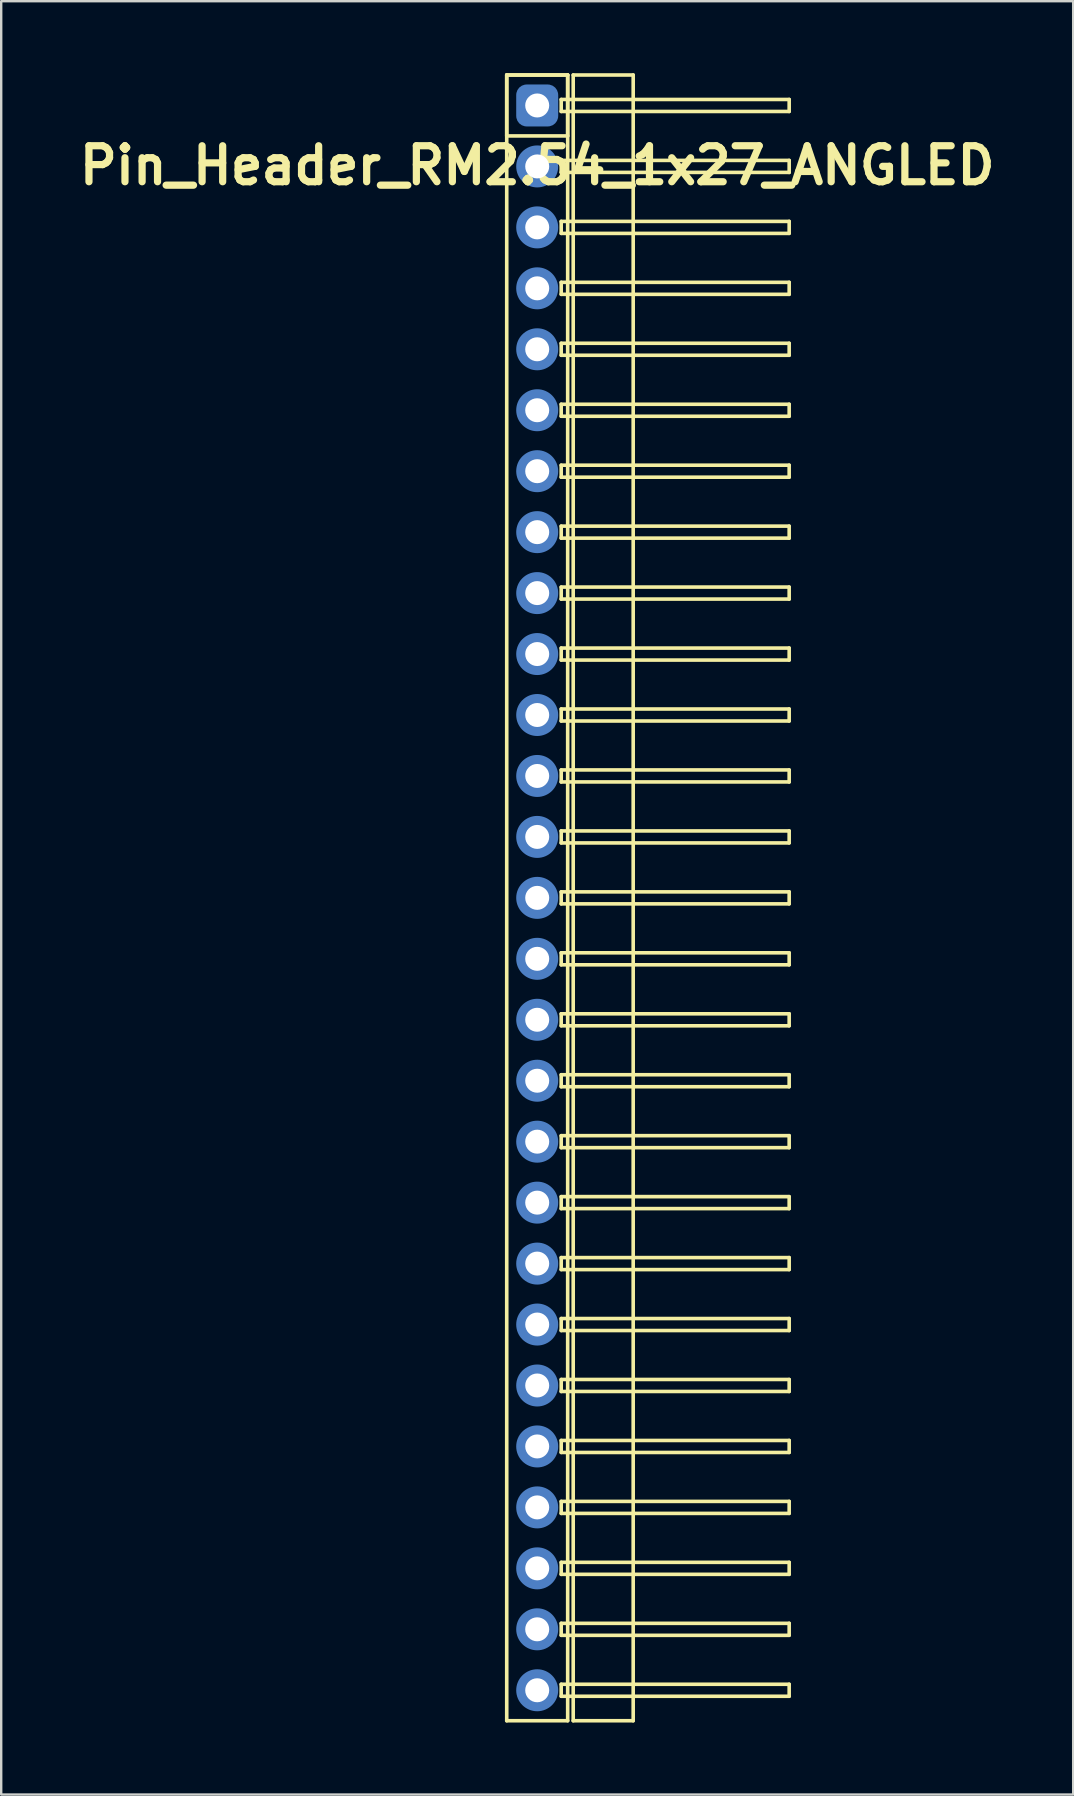
<source format=kicad_pcb>
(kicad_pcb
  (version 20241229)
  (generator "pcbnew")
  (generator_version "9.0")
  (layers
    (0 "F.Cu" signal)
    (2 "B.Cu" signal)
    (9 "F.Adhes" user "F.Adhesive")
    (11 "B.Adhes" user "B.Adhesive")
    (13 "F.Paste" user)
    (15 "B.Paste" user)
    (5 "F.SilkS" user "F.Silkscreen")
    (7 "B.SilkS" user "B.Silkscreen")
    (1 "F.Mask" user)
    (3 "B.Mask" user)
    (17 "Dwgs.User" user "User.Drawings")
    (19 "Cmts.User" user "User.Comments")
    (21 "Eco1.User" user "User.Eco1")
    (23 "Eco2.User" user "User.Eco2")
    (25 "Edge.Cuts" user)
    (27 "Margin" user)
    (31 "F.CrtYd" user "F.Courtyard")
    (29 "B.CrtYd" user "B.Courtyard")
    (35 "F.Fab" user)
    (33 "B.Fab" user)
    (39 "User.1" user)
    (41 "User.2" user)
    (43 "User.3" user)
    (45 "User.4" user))
  (footprint "Pin_Header_RM2.54_1x27_ANGLED"
    (layer "F.Cu")
    (at 19.336 1.345)
    (property "Reference" "Pin_Header_RM2.54_1x27_ANGLED" (at 0 2.5 0) (layer "F.SilkS") (effects (font (size 1.5 1.5) (thickness 0.3))))
    (attr through_hole)
    (fp_line (start -1.27 -1.27) (end 1.27 -1.27) (stroke (width 0.15) (type solid)) (layer "F.SilkS"))
    (fp_line (start -1.27 -1.27) (end 1.27 -1.27) (stroke (width 0.15) (type solid)) (layer "F.SilkS"))
    (fp_line (start -1.27 1.27) (end -1.27 -1.27) (stroke (width 0.15) (type solid)) (layer "F.SilkS"))
    (fp_line (start -1.27 67.31) (end -1.27 -1.27) (stroke (width 0.15) (type solid)) (layer "F.SilkS"))
    (fp_line (start 1 -0.25) (end 10.5 -0.25) (stroke (width 0.15) (type solid)) (layer "F.SilkS"))
    (fp_line (start 1 0.25) (end 1 -0.25) (stroke (width 0.15) (type solid)) (layer "F.SilkS"))
    (fp_line (start 1 2.29) (end 10.5 2.29) (stroke (width 0.15) (type solid)) (layer "F.SilkS"))
    (fp_line (start 1 2.79) (end 1 2.29) (stroke (width 0.15) (type solid)) (layer "F.SilkS"))
    (fp_line (start 1 4.83) (end 10.5 4.83) (stroke (width 0.15) (type solid)) (layer "F.SilkS"))
    (fp_line (start 1 5.33) (end 1 4.83) (stroke (width 0.15) (type solid)) (layer "F.SilkS"))
    (fp_line (start 1 7.37) (end 10.5 7.37) (stroke (width 0.15) (type solid)) (layer "F.SilkS"))
    (fp_line (start 1 7.87) (end 1 7.37) (stroke (width 0.15) (type solid)) (layer "F.SilkS"))
    (fp_line (start 1 9.91) (end 10.5 9.91) (stroke (width 0.15) (type solid)) (layer "F.SilkS"))
    (fp_line (start 1 10.41) (end 1 9.91) (stroke (width 0.15) (type solid)) (layer "F.SilkS"))
    (fp_line (start 1 12.45) (end 10.5 12.45) (stroke (width 0.15) (type solid)) (layer "F.SilkS"))
    (fp_line (start 1 12.95) (end 1 12.45) (stroke (width 0.15) (type solid)) (layer "F.SilkS"))
    (fp_line (start 1 14.99) (end 10.5 14.99) (stroke (width 0.15) (type solid)) (layer "F.SilkS"))
    (fp_line (start 1 15.49) (end 1 14.99) (stroke (width 0.15) (type solid)) (layer "F.SilkS"))
    (fp_line (start 1 17.53) (end 10.5 17.53) (stroke (width 0.15) (type solid)) (layer "F.SilkS"))
    (fp_line (start 1 18.03) (end 1 17.53) (stroke (width 0.15) (type solid)) (layer "F.SilkS"))
    (fp_line (start 1 20.07) (end 10.5 20.07) (stroke (width 0.15) (type solid)) (layer "F.SilkS"))
    (fp_line (start 1 20.57) (end 1 20.07) (stroke (width 0.15) (type solid)) (layer "F.SilkS"))
    (fp_line (start 1 22.61) (end 10.5 22.61) (stroke (width 0.15) (type solid)) (layer "F.SilkS"))
    (fp_line (start 1 23.11) (end 1 22.61) (stroke (width 0.15) (type solid)) (layer "F.SilkS"))
    (fp_line (start 1 25.15) (end 10.5 25.15) (stroke (width 0.15) (type solid)) (layer "F.SilkS"))
    (fp_line (start 1 25.65) (end 1 25.15) (stroke (width 0.15) (type solid)) (layer "F.SilkS"))
    (fp_line (start 1 27.69) (end 10.5 27.69) (stroke (width 0.15) (type solid)) (layer "F.SilkS"))
    (fp_line (start 1 28.19) (end 1 27.69) (stroke (width 0.15) (type solid)) (layer "F.SilkS"))
    (fp_line (start 1 30.23) (end 10.5 30.23) (stroke (width 0.15) (type solid)) (layer "F.SilkS"))
    (fp_line (start 1 30.73) (end 1 30.23) (stroke (width 0.15) (type solid)) (layer "F.SilkS"))
    (fp_line (start 1 32.77) (end 10.5 32.77) (stroke (width 0.15) (type solid)) (layer "F.SilkS"))
    (fp_line (start 1 33.27) (end 1 32.77) (stroke (width 0.15) (type solid)) (layer "F.SilkS"))
    (fp_line (start 1 35.31) (end 10.5 35.31) (stroke (width 0.15) (type solid)) (layer "F.SilkS"))
    (fp_line (start 1 35.81) (end 1 35.31) (stroke (width 0.15) (type solid)) (layer "F.SilkS"))
    (fp_line (start 1 37.85) (end 10.5 37.85) (stroke (width 0.15) (type solid)) (layer "F.SilkS"))
    (fp_line (start 1 38.35) (end 1 37.85) (stroke (width 0.15) (type solid)) (layer "F.SilkS"))
    (fp_line (start 1 40.39) (end 10.5 40.39) (stroke (width 0.15) (type solid)) (layer "F.SilkS"))
    (fp_line (start 1 40.89) (end 1 40.39) (stroke (width 0.15) (type solid)) (layer "F.SilkS"))
    (fp_line (start 1 42.93) (end 10.5 42.93) (stroke (width 0.15) (type solid)) (layer "F.SilkS"))
    (fp_line (start 1 43.43) (end 1 42.93) (stroke (width 0.15) (type solid)) (layer "F.SilkS"))
    (fp_line (start 1 45.47) (end 10.5 45.47) (stroke (width 0.15) (type solid)) (layer "F.SilkS"))
    (fp_line (start 1 45.97) (end 1 45.47) (stroke (width 0.15) (type solid)) (layer "F.SilkS"))
    (fp_line (start 1 48.01) (end 10.5 48.01) (stroke (width 0.15) (type solid)) (layer "F.SilkS"))
    (fp_line (start 1 48.51) (end 1 48.01) (stroke (width 0.15) (type solid)) (layer "F.SilkS"))
    (fp_line (start 1 50.55) (end 10.5 50.55) (stroke (width 0.15) (type solid)) (layer "F.SilkS"))
    (fp_line (start 1 51.05) (end 1 50.55) (stroke (width 0.15) (type solid)) (layer "F.SilkS"))
    (fp_line (start 1 53.09) (end 10.5 53.09) (stroke (width 0.15) (type solid)) (layer "F.SilkS"))
    (fp_line (start 1 53.59) (end 1 53.09) (stroke (width 0.15) (type solid)) (layer "F.SilkS"))
    (fp_line (start 1 55.63) (end 10.5 55.63) (stroke (width 0.15) (type solid)) (layer "F.SilkS"))
    (fp_line (start 1 56.13) (end 1 55.63) (stroke (width 0.15) (type solid)) (layer "F.SilkS"))
    (fp_line (start 1 58.17) (end 10.5 58.17) (stroke (width 0.15) (type solid)) (layer "F.SilkS"))
    (fp_line (start 1 58.67) (end 1 58.17) (stroke (width 0.15) (type solid)) (layer "F.SilkS"))
    (fp_line (start 1 60.71) (end 10.5 60.71) (stroke (width 0.15) (type solid)) (layer "F.SilkS"))
    (fp_line (start 1 61.21) (end 1 60.71) (stroke (width 0.15) (type solid)) (layer "F.SilkS"))
    (fp_line (start 1 63.25) (end 10.5 63.25) (stroke (width 0.15) (type solid)) (layer "F.SilkS"))
    (fp_line (start 1 63.75) (end 1 63.25) (stroke (width 0.15) (type solid)) (layer "F.SilkS"))
    (fp_line (start 1 65.79) (end 10.5 65.79) (stroke (width 0.15) (type solid)) (layer "F.SilkS"))
    (fp_line (start 1 66.29) (end 1 65.79) (stroke (width 0.15) (type solid)) (layer "F.SilkS"))
    (fp_line (start 1.27 -1.27) (end 1.27 1.27) (stroke (width 0.15) (type solid)) (layer "F.SilkS"))
    (fp_line (start 1.27 -1.27) (end 1.27 67.31) (stroke (width 0.15) (type solid)) (layer "F.SilkS"))
    (fp_line (start 1.27 1.27) (end -1.27 1.27) (stroke (width 0.15) (type solid)) (layer "F.SilkS"))
    (fp_line (start 1.27 67.31) (end -1.27 67.31) (stroke (width 0.15) (type solid)) (layer "F.SilkS"))
    (fp_line (start 1.5 -1.27) (end 4 -1.27) (stroke (width 0.15) (type solid)) (layer "F.SilkS"))
    (fp_line (start 1.5 67.31) (end 1.5 -1.27) (stroke (width 0.15) (type solid)) (layer "F.SilkS"))
    (fp_line (start 4 -1.27) (end 4 67.31) (stroke (width 0.15) (type solid)) (layer "F.SilkS"))
    (fp_line (start 4 67.31) (end 1.5 67.31) (stroke (width 0.15) (type solid)) (layer "F.SilkS"))
    (fp_line (start 10.5 -0.25) (end 10.5 0.25) (stroke (width 0.15) (type solid)) (layer "F.SilkS"))
    (fp_line (start 10.5 0.25) (end 1 0.25) (stroke (width 0.15) (type solid)) (layer "F.SilkS"))
    (fp_line (start 10.5 2.29) (end 10.5 2.79) (stroke (width 0.15) (type solid)) (layer "F.SilkS"))
    (fp_line (start 10.5 2.79) (end 1 2.79) (stroke (width 0.15) (type solid)) (layer "F.SilkS"))
    (fp_line (start 10.5 4.83) (end 10.5 5.33) (stroke (width 0.15) (type solid)) (layer "F.SilkS"))
    (fp_line (start 10.5 5.33) (end 1 5.33) (stroke (width 0.15) (type solid)) (layer "F.SilkS"))
    (fp_line (start 10.5 7.37) (end 10.5 7.87) (stroke (width 0.15) (type solid)) (layer "F.SilkS"))
    (fp_line (start 10.5 7.87) (end 1 7.87) (stroke (width 0.15) (type solid)) (layer "F.SilkS"))
    (fp_line (start 10.5 9.91) (end 10.5 10.41) (stroke (width 0.15) (type solid)) (layer "F.SilkS"))
    (fp_line (start 10.5 10.41) (end 1 10.41) (stroke (width 0.15) (type solid)) (layer "F.SilkS"))
    (fp_line (start 10.5 12.45) (end 10.5 12.95) (stroke (width 0.15) (type solid)) (layer "F.SilkS"))
    (fp_line (start 10.5 12.95) (end 1 12.95) (stroke (width 0.15) (type solid)) (layer "F.SilkS"))
    (fp_line (start 10.5 14.99) (end 10.5 15.49) (stroke (width 0.15) (type solid)) (layer "F.SilkS"))
    (fp_line (start 10.5 15.49) (end 1 15.49) (stroke (width 0.15) (type solid)) (layer "F.SilkS"))
    (fp_line (start 10.5 17.53) (end 10.5 18.03) (stroke (width 0.15) (type solid)) (layer "F.SilkS"))
    (fp_line (start 10.5 18.03) (end 1 18.03) (stroke (width 0.15) (type solid)) (layer "F.SilkS"))
    (fp_line (start 10.5 20.07) (end 10.5 20.57) (stroke (width 0.15) (type solid)) (layer "F.SilkS"))
    (fp_line (start 10.5 20.57) (end 1 20.57) (stroke (width 0.15) (type solid)) (layer "F.SilkS"))
    (fp_line (start 10.5 22.61) (end 10.5 23.11) (stroke (width 0.15) (type solid)) (layer "F.SilkS"))
    (fp_line (start 10.5 23.11) (end 1 23.11) (stroke (width 0.15) (type solid)) (layer "F.SilkS"))
    (fp_line (start 10.5 25.15) (end 10.5 25.65) (stroke (width 0.15) (type solid)) (layer "F.SilkS"))
    (fp_line (start 10.5 25.65) (end 1 25.65) (stroke (width 0.15) (type solid)) (layer "F.SilkS"))
    (fp_line (start 10.5 27.69) (end 10.5 28.19) (stroke (width 0.15) (type solid)) (layer "F.SilkS"))
    (fp_line (start 10.5 28.19) (end 1 28.19) (stroke (width 0.15) (type solid)) (layer "F.SilkS"))
    (fp_line (start 10.5 30.23) (end 10.5 30.73) (stroke (width 0.15) (type solid)) (layer "F.SilkS"))
    (fp_line (start 10.5 30.73) (end 1 30.73) (stroke (width 0.15) (type solid)) (layer "F.SilkS"))
    (fp_line (start 10.5 32.77) (end 10.5 33.27) (stroke (width 0.15) (type solid)) (layer "F.SilkS"))
    (fp_line (start 10.5 33.27) (end 1 33.27) (stroke (width 0.15) (type solid)) (layer "F.SilkS"))
    (fp_line (start 10.5 35.31) (end 10.5 35.81) (stroke (width 0.15) (type solid)) (layer "F.SilkS"))
    (fp_line (start 10.5 35.81) (end 1 35.81) (stroke (width 0.15) (type solid)) (layer "F.SilkS"))
    (fp_line (start 10.5 37.85) (end 10.5 38.35) (stroke (width 0.15) (type solid)) (layer "F.SilkS"))
    (fp_line (start 10.5 38.35) (end 1 38.35) (stroke (width 0.15) (type solid)) (layer "F.SilkS"))
    (fp_line (start 10.5 40.39) (end 10.5 40.89) (stroke (width 0.15) (type solid)) (layer "F.SilkS"))
    (fp_line (start 10.5 40.89) (end 1 40.89) (stroke (width 0.15) (type solid)) (layer "F.SilkS"))
    (fp_line (start 10.5 42.93) (end 10.5 43.43) (stroke (width 0.15) (type solid)) (layer "F.SilkS"))
    (fp_line (start 10.5 43.43) (end 1 43.43) (stroke (width 0.15) (type solid)) (layer "F.SilkS"))
    (fp_line (start 10.5 45.47) (end 10.5 45.97) (stroke (width 0.15) (type solid)) (layer "F.SilkS"))
    (fp_line (start 10.5 45.97) (end 1 45.97) (stroke (width 0.15) (type solid)) (layer "F.SilkS"))
    (fp_line (start 10.5 48.01) (end 10.5 48.51) (stroke (width 0.15) (type solid)) (layer "F.SilkS"))
    (fp_line (start 10.5 48.51) (end 1 48.51) (stroke (width 0.15) (type solid)) (layer "F.SilkS"))
    (fp_line (start 10.5 50.55) (end 10.5 51.05) (stroke (width 0.15) (type solid)) (layer "F.SilkS"))
    (fp_line (start 10.5 51.05) (end 1 51.05) (stroke (width 0.15) (type solid)) (layer "F.SilkS"))
    (fp_line (start 10.5 53.09) (end 10.5 53.59) (stroke (width 0.15) (type solid)) (layer "F.SilkS"))
    (fp_line (start 10.5 53.59) (end 1 53.59) (stroke (width 0.15) (type solid)) (layer "F.SilkS"))
    (fp_line (start 10.5 55.63) (end 10.5 56.13) (stroke (width 0.15) (type solid)) (layer "F.SilkS"))
    (fp_line (start 10.5 56.13) (end 1 56.13) (stroke (width 0.15) (type solid)) (layer "F.SilkS"))
    (fp_line (start 10.5 58.17) (end 10.5 58.67) (stroke (width 0.15) (type solid)) (layer "F.SilkS"))
    (fp_line (start 10.5 58.67) (end 1 58.67) (stroke (width 0.15) (type solid)) (layer "F.SilkS"))
    (fp_line (start 10.5 60.71) (end 10.5 61.21) (stroke (width 0.15) (type solid)) (layer "F.SilkS"))
    (fp_line (start 10.5 61.21) (end 1 61.21) (stroke (width 0.15) (type solid)) (layer "F.SilkS"))
    (fp_line (start 10.5 63.25) (end 10.5 63.75) (stroke (width 0.15) (type solid)) (layer "F.SilkS"))
    (fp_line (start 10.5 63.75) (end 1 63.75) (stroke (width 0.15) (type solid)) (layer "F.SilkS"))
    (fp_line (start 10.5 65.79) (end 10.5 66.29) (stroke (width 0.15) (type solid)) (layer "F.SilkS"))
    (fp_line (start 10.5 66.29) (end 1 66.29) (stroke (width 0.15) (type solid)) (layer "F.SilkS"))
    (pad "1" thru_hole circle (at 0 0) (size 1.3 1.3) (drill 1) (layers "*.Cu" "*.Mask"))
    (pad "1" smd roundrect (at 0 0) (size 1.5 1.5) (layers "F.Cu" "F.Mask") (roundrect_rratio 0.25))
    (pad "1" smd roundrect (at 0 0) (size 1.75 1.75) (layers "B.Cu" "B.Mask") (roundrect_rratio 0.25))
    (pad "2" thru_hole circle (at 0 2.54) (size 1.3 1.3) (drill 1) (layers "*.Cu" "*.Mask"))
    (pad "2" smd circle (at 0 2.54) (size 1.5 1.5) (layers "F.Cu" "F.Mask"))
    (pad "2" smd circle (at 0 2.54) (size 1.75 1.75) (layers "B.Cu" "B.Mask"))
    (pad "3" thru_hole circle (at 0 5.08) (size 1.3 1.3) (drill 1) (layers "*.Cu" "*.Mask"))
    (pad "3" smd circle (at 0 5.08) (size 1.5 1.5) (layers "F.Cu" "F.Mask"))
    (pad "3" smd circle (at 0 5.08) (size 1.75 1.75) (layers "B.Cu" "B.Mask"))
    (pad "4" thru_hole circle (at 0 7.62) (size 1.3 1.3) (drill 1) (layers "*.Cu" "*.Mask"))
    (pad "4" smd circle (at 0 7.62) (size 1.5 1.5) (layers "F.Cu" "F.Mask"))
    (pad "4" smd circle (at 0 7.62) (size 1.75 1.75) (layers "B.Cu" "B.Mask"))
    (pad "5" thru_hole circle (at 0 10.16) (size 1.3 1.3) (drill 1) (layers "*.Cu" "*.Mask"))
    (pad "5" smd circle (at 0 10.16) (size 1.5 1.5) (layers "F.Cu" "F.Mask"))
    (pad "5" smd circle (at 0 10.16) (size 1.75 1.75) (layers "B.Cu" "B.Mask"))
    (pad "6" thru_hole circle (at 0 12.7) (size 1.3 1.3) (drill 1) (layers "*.Cu" "*.Mask"))
    (pad "6" smd circle (at 0 12.7) (size 1.5 1.5) (layers "F.Cu" "F.Mask"))
    (pad "6" smd circle (at 0 12.7) (size 1.75 1.75) (layers "B.Cu" "B.Mask"))
    (pad "7" thru_hole circle (at 0 15.24) (size 1.3 1.3) (drill 1) (layers "*.Cu" "*.Mask"))
    (pad "7" smd circle (at 0 15.24) (size 1.5 1.5) (layers "F.Cu" "F.Mask"))
    (pad "7" smd circle (at 0 15.24) (size 1.75 1.75) (layers "B.Cu" "B.Mask"))
    (pad "8" thru_hole circle (at 0 17.78) (size 1.3 1.3) (drill 1) (layers "*.Cu" "*.Mask"))
    (pad "8" smd circle (at 0 17.78) (size 1.5 1.5) (layers "F.Cu" "F.Mask"))
    (pad "8" smd circle (at 0 17.78) (size 1.75 1.75) (layers "B.Cu" "B.Mask"))
    (pad "9" thru_hole circle (at 0 20.32) (size 1.3 1.3) (drill 1) (layers "*.Cu" "*.Mask"))
    (pad "9" smd circle (at 0 20.32) (size 1.5 1.5) (layers "F.Cu" "F.Mask"))
    (pad "9" smd circle (at 0 20.32) (size 1.75 1.75) (layers "B.Cu" "B.Mask"))
    (pad "10" thru_hole circle (at 0 22.86) (size 1.3 1.3) (drill 1) (layers "*.Cu" "*.Mask"))
    (pad "10" smd circle (at 0 22.86) (size 1.5 1.5) (layers "F.Cu" "F.Mask"))
    (pad "10" smd circle (at 0 22.86) (size 1.75 1.75) (layers "B.Cu" "B.Mask"))
    (pad "11" thru_hole circle (at 0 25.4) (size 1.3 1.3) (drill 1) (layers "*.Cu" "*.Mask"))
    (pad "11" smd circle (at 0 25.4) (size 1.5 1.5) (layers "F.Cu" "F.Mask"))
    (pad "11" smd circle (at 0 25.4) (size 1.75 1.75) (layers "B.Cu" "B.Mask"))
    (pad "12" thru_hole circle (at 0 27.94) (size 1.3 1.3) (drill 1) (layers "*.Cu" "*.Mask"))
    (pad "12" smd circle (at 0 27.94) (size 1.5 1.5) (layers "F.Cu" "F.Mask"))
    (pad "12" smd circle (at 0 27.94) (size 1.75 1.75) (layers "B.Cu" "B.Mask"))
    (pad "13" thru_hole circle (at 0 30.48) (size 1.3 1.3) (drill 1) (layers "*.Cu" "*.Mask"))
    (pad "13" smd circle (at 0 30.48) (size 1.5 1.5) (layers "F.Cu" "F.Mask"))
    (pad "13" smd circle (at 0 30.48) (size 1.75 1.75) (layers "B.Cu" "B.Mask"))
    (pad "14" thru_hole circle (at 0 33.02) (size 1.3 1.3) (drill 1) (layers "*.Cu" "*.Mask"))
    (pad "14" smd circle (at 0 33.02) (size 1.5 1.5) (layers "F.Cu" "F.Mask"))
    (pad "14" smd circle (at 0 33.02) (size 1.75 1.75) (layers "B.Cu" "B.Mask"))
    (pad "15" thru_hole circle (at 0 35.56) (size 1.3 1.3) (drill 1) (layers "*.Cu" "*.Mask"))
    (pad "15" smd circle (at 0 35.56) (size 1.5 1.5) (layers "F.Cu" "F.Mask"))
    (pad "15" smd circle (at 0 35.56) (size 1.75 1.75) (layers "B.Cu" "B.Mask"))
    (pad "16" thru_hole circle (at 0 38.1) (size 1.3 1.3) (drill 1) (layers "*.Cu" "*.Mask"))
    (pad "16" smd circle (at 0 38.1) (size 1.5 1.5) (layers "F.Cu" "F.Mask"))
    (pad "16" smd circle (at 0 38.1) (size 1.75 1.75) (layers "B.Cu" "B.Mask"))
    (pad "17" thru_hole circle (at 0 40.64) (size 1.3 1.3) (drill 1) (layers "*.Cu" "*.Mask"))
    (pad "17" smd circle (at 0 40.64) (size 1.5 1.5) (layers "F.Cu" "F.Mask"))
    (pad "17" smd circle (at 0 40.64) (size 1.75 1.75) (layers "B.Cu" "B.Mask"))
    (pad "18" thru_hole circle (at 0 43.18) (size 1.3 1.3) (drill 1) (layers "*.Cu" "*.Mask"))
    (pad "18" smd circle (at 0 43.18) (size 1.5 1.5) (layers "F.Cu" "F.Mask"))
    (pad "18" smd circle (at 0 43.18) (size 1.75 1.75) (layers "B.Cu" "B.Mask"))
    (pad "19" thru_hole circle (at 0 45.72) (size 1.3 1.3) (drill 1) (layers "*.Cu" "*.Mask"))
    (pad "19" smd circle (at 0 45.72) (size 1.5 1.5) (layers "F.Cu" "F.Mask"))
    (pad "19" smd circle (at 0 45.72) (size 1.75 1.75) (layers "B.Cu" "B.Mask"))
    (pad "20" thru_hole circle (at 0 48.26) (size 1.3 1.3) (drill 1) (layers "*.Cu" "*.Mask"))
    (pad "20" smd circle (at 0 48.26) (size 1.5 1.5) (layers "F.Cu" "F.Mask"))
    (pad "20" smd circle (at 0 48.26) (size 1.75 1.75) (layers "B.Cu" "B.Mask"))
    (pad "21" thru_hole circle (at 0 50.8) (size 1.3 1.3) (drill 1) (layers "*.Cu" "*.Mask"))
    (pad "21" smd circle (at 0 50.8) (size 1.5 1.5) (layers "F.Cu" "F.Mask"))
    (pad "21" smd circle (at 0 50.8) (size 1.75 1.75) (layers "B.Cu" "B.Mask"))
    (pad "22" thru_hole circle (at 0 53.34) (size 1.3 1.3) (drill 1) (layers "*.Cu" "*.Mask"))
    (pad "22" smd circle (at 0 53.34) (size 1.5 1.5) (layers "F.Cu" "F.Mask"))
    (pad "22" smd circle (at 0 53.34) (size 1.75 1.75) (layers "B.Cu" "B.Mask"))
    (pad "23" thru_hole circle (at 0 55.88) (size 1.3 1.3) (drill 1) (layers "*.Cu" "*.Mask"))
    (pad "23" smd circle (at 0 55.88) (size 1.5 1.5) (layers "F.Cu" "F.Mask"))
    (pad "23" smd circle (at 0 55.88) (size 1.75 1.75) (layers "B.Cu" "B.Mask"))
    (pad "24" thru_hole circle (at 0 58.42) (size 1.3 1.3) (drill 1) (layers "*.Cu" "*.Mask"))
    (pad "24" smd circle (at 0 58.42) (size 1.5 1.5) (layers "F.Cu" "F.Mask"))
    (pad "24" smd circle (at 0 58.42) (size 1.75 1.75) (layers "B.Cu" "B.Mask"))
    (pad "25" thru_hole circle (at 0 60.96) (size 1.3 1.3) (drill 1) (layers "*.Cu" "*.Mask"))
    (pad "25" smd circle (at 0 60.96) (size 1.5 1.5) (layers "F.Cu" "F.Mask"))
    (pad "25" smd circle (at 0 60.96) (size 1.75 1.75) (layers "B.Cu" "B.Mask"))
    (pad "26" thru_hole circle (at 0 63.5) (size 1.3 1.3) (drill 1) (layers "*.Cu" "*.Mask"))
    (pad "26" smd circle (at 0 63.5) (size 1.5 1.5) (layers "F.Cu" "F.Mask"))
    (pad "26" smd circle (at 0 63.5) (size 1.75 1.75) (layers "B.Cu" "B.Mask"))
    (pad "27" thru_hole circle (at 0 66.04) (size 1.3 1.3) (drill 1) (layers "*.Cu" "*.Mask"))
    (pad "27" smd circle (at 0 66.04) (size 1.5 1.5) (layers "F.Cu" "F.Mask"))
    (pad "27" smd circle (at 0 66.04) (size 1.75 1.75) (layers "B.Cu" "B.Mask")))
  (gr_rect
    (start -3 -3)
    (end 41.671 71.73)
    (stroke (width 0.1) (type default))
    (fill no)
    (layer "Edge.Cuts")))
</source>
